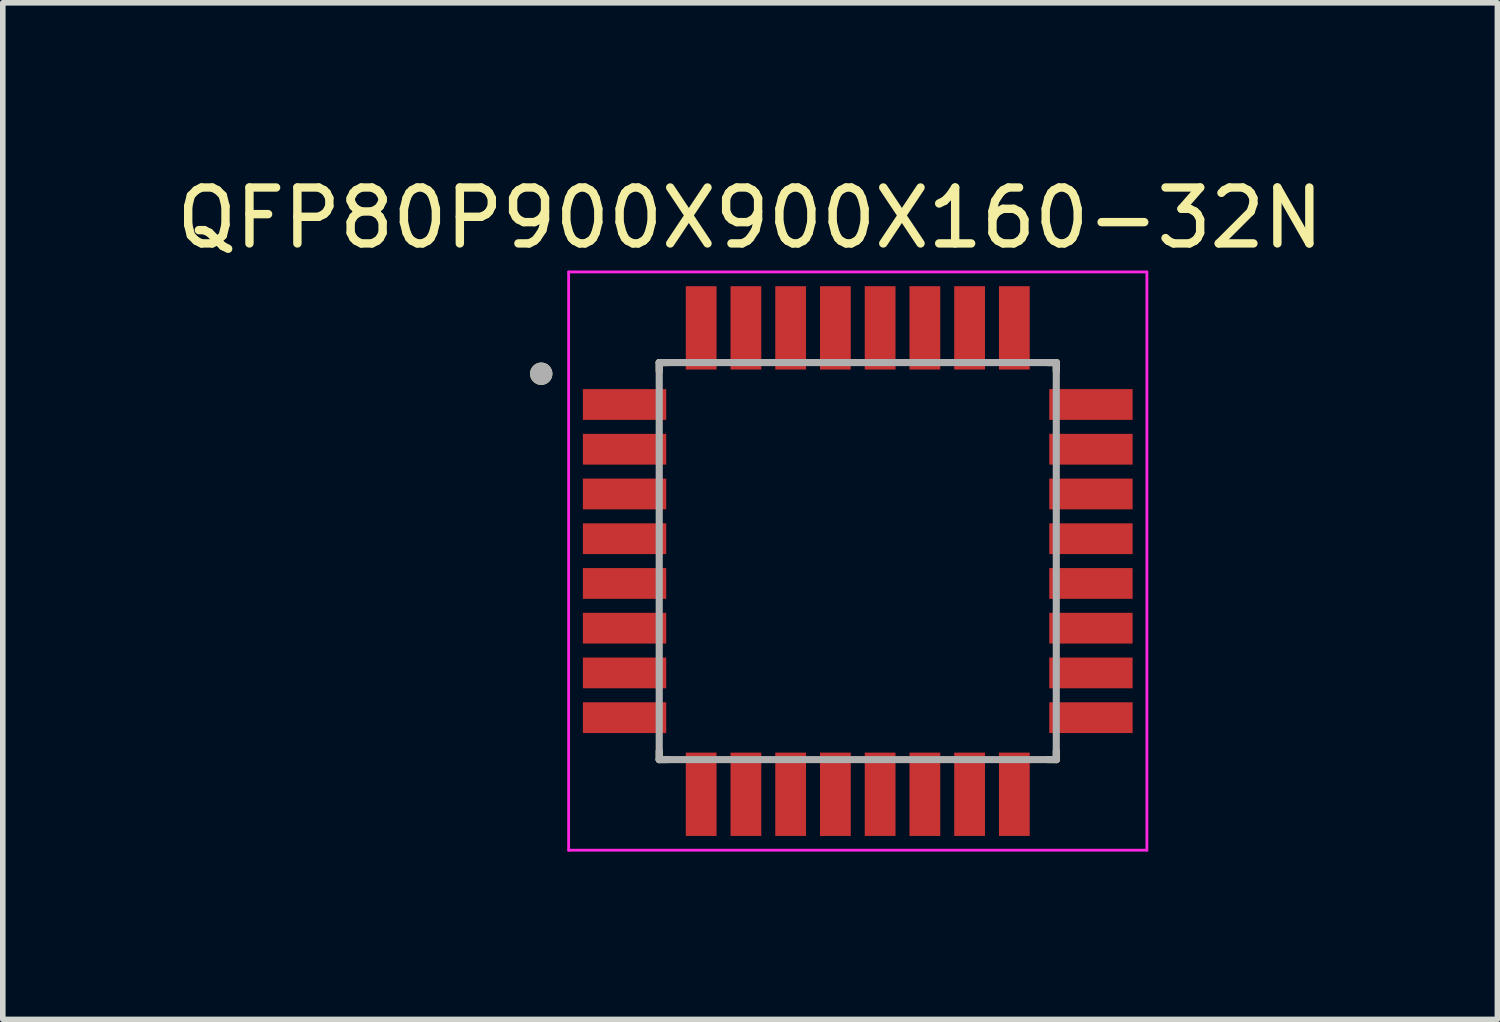
<source format=kicad_pcb>
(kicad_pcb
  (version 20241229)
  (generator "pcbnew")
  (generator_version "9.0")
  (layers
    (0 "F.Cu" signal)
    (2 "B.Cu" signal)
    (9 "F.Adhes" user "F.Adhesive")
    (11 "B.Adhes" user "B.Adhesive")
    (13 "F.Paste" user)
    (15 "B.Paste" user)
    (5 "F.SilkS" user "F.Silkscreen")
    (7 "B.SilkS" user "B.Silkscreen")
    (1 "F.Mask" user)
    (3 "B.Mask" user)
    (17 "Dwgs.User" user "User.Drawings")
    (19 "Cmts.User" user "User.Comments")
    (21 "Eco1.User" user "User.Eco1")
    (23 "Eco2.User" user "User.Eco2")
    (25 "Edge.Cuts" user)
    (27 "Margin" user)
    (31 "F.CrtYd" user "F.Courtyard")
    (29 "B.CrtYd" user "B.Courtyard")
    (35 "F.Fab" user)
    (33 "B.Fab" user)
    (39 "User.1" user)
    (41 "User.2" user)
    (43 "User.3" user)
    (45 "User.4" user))
  (footprint "QFP80P900X900X160-32N"
    (layer "F.Cu")
    (at 12.288 6.983)
    (property "Reference" "QFP80P900X900X160-32N" (at -1.925 -6.135 0) (layer "F.SilkS") (effects (font (size 1 1) (thickness 0.15))))
    (attr through_hole)
    (fp_line (start -3.55 -3.55) (end -3.55 -3.395) (stroke (width 0.127) (type solid)) (layer "F.SilkS"))
    (fp_line (start -3.55 -3.55) (end -3.395 -3.55) (stroke (width 0.127) (type solid)) (layer "F.SilkS"))
    (fp_line (start -3.55 3.55) (end -3.55 3.395) (stroke (width 0.127) (type solid)) (layer "F.SilkS"))
    (fp_line (start -3.55 3.55) (end -3.395 3.55) (stroke (width 0.127) (type solid)) (layer "F.SilkS"))
    (fp_line (start 3.55 -3.55) (end 3.395 -3.55) (stroke (width 0.127) (type solid)) (layer "F.SilkS"))
    (fp_line (start 3.55 -3.55) (end 3.55 -3.395) (stroke (width 0.127) (type solid)) (layer "F.SilkS"))
    (fp_line (start 3.55 3.55) (end 3.395 3.55) (stroke (width 0.127) (type solid)) (layer "F.SilkS"))
    (fp_line (start 3.55 3.55) (end 3.55 3.395) (stroke (width 0.127) (type solid)) (layer "F.SilkS"))
    (fp_circle (center -5.66 -3.35) (end -5.56 -3.35) (stroke (width 0.2) (type solid)) (fill no) (layer "F.SilkS"))
    (fp_line (start -5.17 -5.17) (end 5.17 -5.17) (stroke (width 0.05) (type solid)) (layer "F.CrtYd"))
    (fp_line (start -5.17 5.17) (end -5.17 -5.17) (stroke (width 0.05) (type solid)) (layer "F.CrtYd"))
    (fp_line (start -5.17 5.17) (end 5.17 5.17) (stroke (width 0.05) (type solid)) (layer "F.CrtYd"))
    (fp_line (start 5.17 5.17) (end 5.17 -5.17) (stroke (width 0.05) (type solid)) (layer "F.CrtYd"))
    (fp_line (start -3.55 3.55) (end -3.55 -3.55) (stroke (width 0.127) (type solid)) (layer "F.Fab"))
    (fp_line (start 3.55 -3.55) (end -3.55 -3.55) (stroke (width 0.127) (type solid)) (layer "F.Fab"))
    (fp_line (start 3.55 3.55) (end -3.55 3.55) (stroke (width 0.127) (type solid)) (layer "F.Fab"))
    (fp_line (start 3.55 3.55) (end 3.55 -3.55) (stroke (width 0.127) (type solid)) (layer "F.Fab"))
    (fp_circle (center -5.66 -3.35) (end -5.56 -3.35) (stroke (width 0.2) (type solid)) (fill no) (layer "F.Fab"))
    (pad "1" smd rect (at -4.17 -2.8) (size 1.49 0.55) (layers "F.Cu" "F.Mask" "F.Paste"))
    (pad "2" smd rect (at -4.17 -2) (size 1.49 0.55) (layers "F.Cu" "F.Mask" "F.Paste"))
    (pad "3" smd rect (at -4.17 -1.2) (size 1.49 0.55) (layers "F.Cu" "F.Mask" "F.Paste"))
    (pad "4" smd rect (at -4.17 -0.4) (size 1.49 0.55) (layers "F.Cu" "F.Mask" "F.Paste"))
    (pad "5" smd rect (at -4.17 0.4) (size 1.49 0.55) (layers "F.Cu" "F.Mask" "F.Paste"))
    (pad "6" smd rect (at -4.17 1.2) (size 1.49 0.55) (layers "F.Cu" "F.Mask" "F.Paste"))
    (pad "7" smd rect (at -4.17 2) (size 1.49 0.55) (layers "F.Cu" "F.Mask" "F.Paste"))
    (pad "8" smd rect (at -4.17 2.8) (size 1.49 0.55) (layers "F.Cu" "F.Mask" "F.Paste"))
    (pad "9" smd rect (at -2.8 4.17) (size 0.55 1.49) (layers "F.Cu" "F.Mask" "F.Paste"))
    (pad "10" smd rect (at -2 4.17) (size 0.55 1.49) (layers "F.Cu" "F.Mask" "F.Paste"))
    (pad "11" smd rect (at -1.2 4.17) (size 0.55 1.49) (layers "F.Cu" "F.Mask" "F.Paste"))
    (pad "12" smd rect (at -0.4 4.17) (size 0.55 1.49) (layers "F.Cu" "F.Mask" "F.Paste"))
    (pad "13" smd rect (at 0.4 4.17) (size 0.55 1.49) (layers "F.Cu" "F.Mask" "F.Paste"))
    (pad "14" smd rect (at 1.2 4.17) (size 0.55 1.49) (layers "F.Cu" "F.Mask" "F.Paste"))
    (pad "15" smd rect (at 2 4.17) (size 0.55 1.49) (layers "F.Cu" "F.Mask" "F.Paste"))
    (pad "16" smd rect (at 2.8 4.17) (size 0.55 1.49) (layers "F.Cu" "F.Mask" "F.Paste"))
    (pad "17" smd rect (at 4.17 2.8) (size 1.49 0.55) (layers "F.Cu" "F.Mask" "F.Paste"))
    (pad "18" smd rect (at 4.17 2) (size 1.49 0.55) (layers "F.Cu" "F.Mask" "F.Paste"))
    (pad "19" smd rect (at 4.17 1.2) (size 1.49 0.55) (layers "F.Cu" "F.Mask" "F.Paste"))
    (pad "20" smd rect (at 4.17 0.4) (size 1.49 0.55) (layers "F.Cu" "F.Mask" "F.Paste"))
    (pad "21" smd rect (at 4.17 -0.4) (size 1.49 0.55) (layers "F.Cu" "F.Mask" "F.Paste"))
    (pad "22" smd rect (at 4.17 -1.2) (size 1.49 0.55) (layers "F.Cu" "F.Mask" "F.Paste"))
    (pad "23" smd rect (at 4.17 -2) (size 1.49 0.55) (layers "F.Cu" "F.Mask" "F.Paste"))
    (pad "24" smd rect (at 4.17 -2.8) (size 1.49 0.55) (layers "F.Cu" "F.Mask" "F.Paste"))
    (pad "25" smd rect (at 2.8 -4.17) (size 0.55 1.49) (layers "F.Cu" "F.Mask" "F.Paste"))
    (pad "26" smd rect (at 2 -4.17) (size 0.55 1.49) (layers "F.Cu" "F.Mask" "F.Paste"))
    (pad "27" smd rect (at 1.2 -4.17) (size 0.55 1.49) (layers "F.Cu" "F.Mask" "F.Paste"))
    (pad "28" smd rect (at 0.4 -4.17) (size 0.55 1.49) (layers "F.Cu" "F.Mask" "F.Paste"))
    (pad "29" smd rect (at -0.4 -4.17) (size 0.55 1.49) (layers "F.Cu" "F.Mask" "F.Paste"))
    (pad "30" smd rect (at -1.2 -4.17) (size 0.55 1.49) (layers "F.Cu" "F.Mask" "F.Paste"))
    (pad "31" smd rect (at -2 -4.17) (size 0.55 1.49) (layers "F.Cu" "F.Mask" "F.Paste"))
    (pad "32" smd rect (at -2.8 -4.17) (size 0.55 1.49) (layers "F.Cu" "F.Mask" "F.Paste")))
  (gr_rect
    (start -3 -3)
    (end 23.726 15.178)
    (stroke (width 0.1) (type default))
    (fill no)
    (layer "Edge.Cuts")))
</source>
